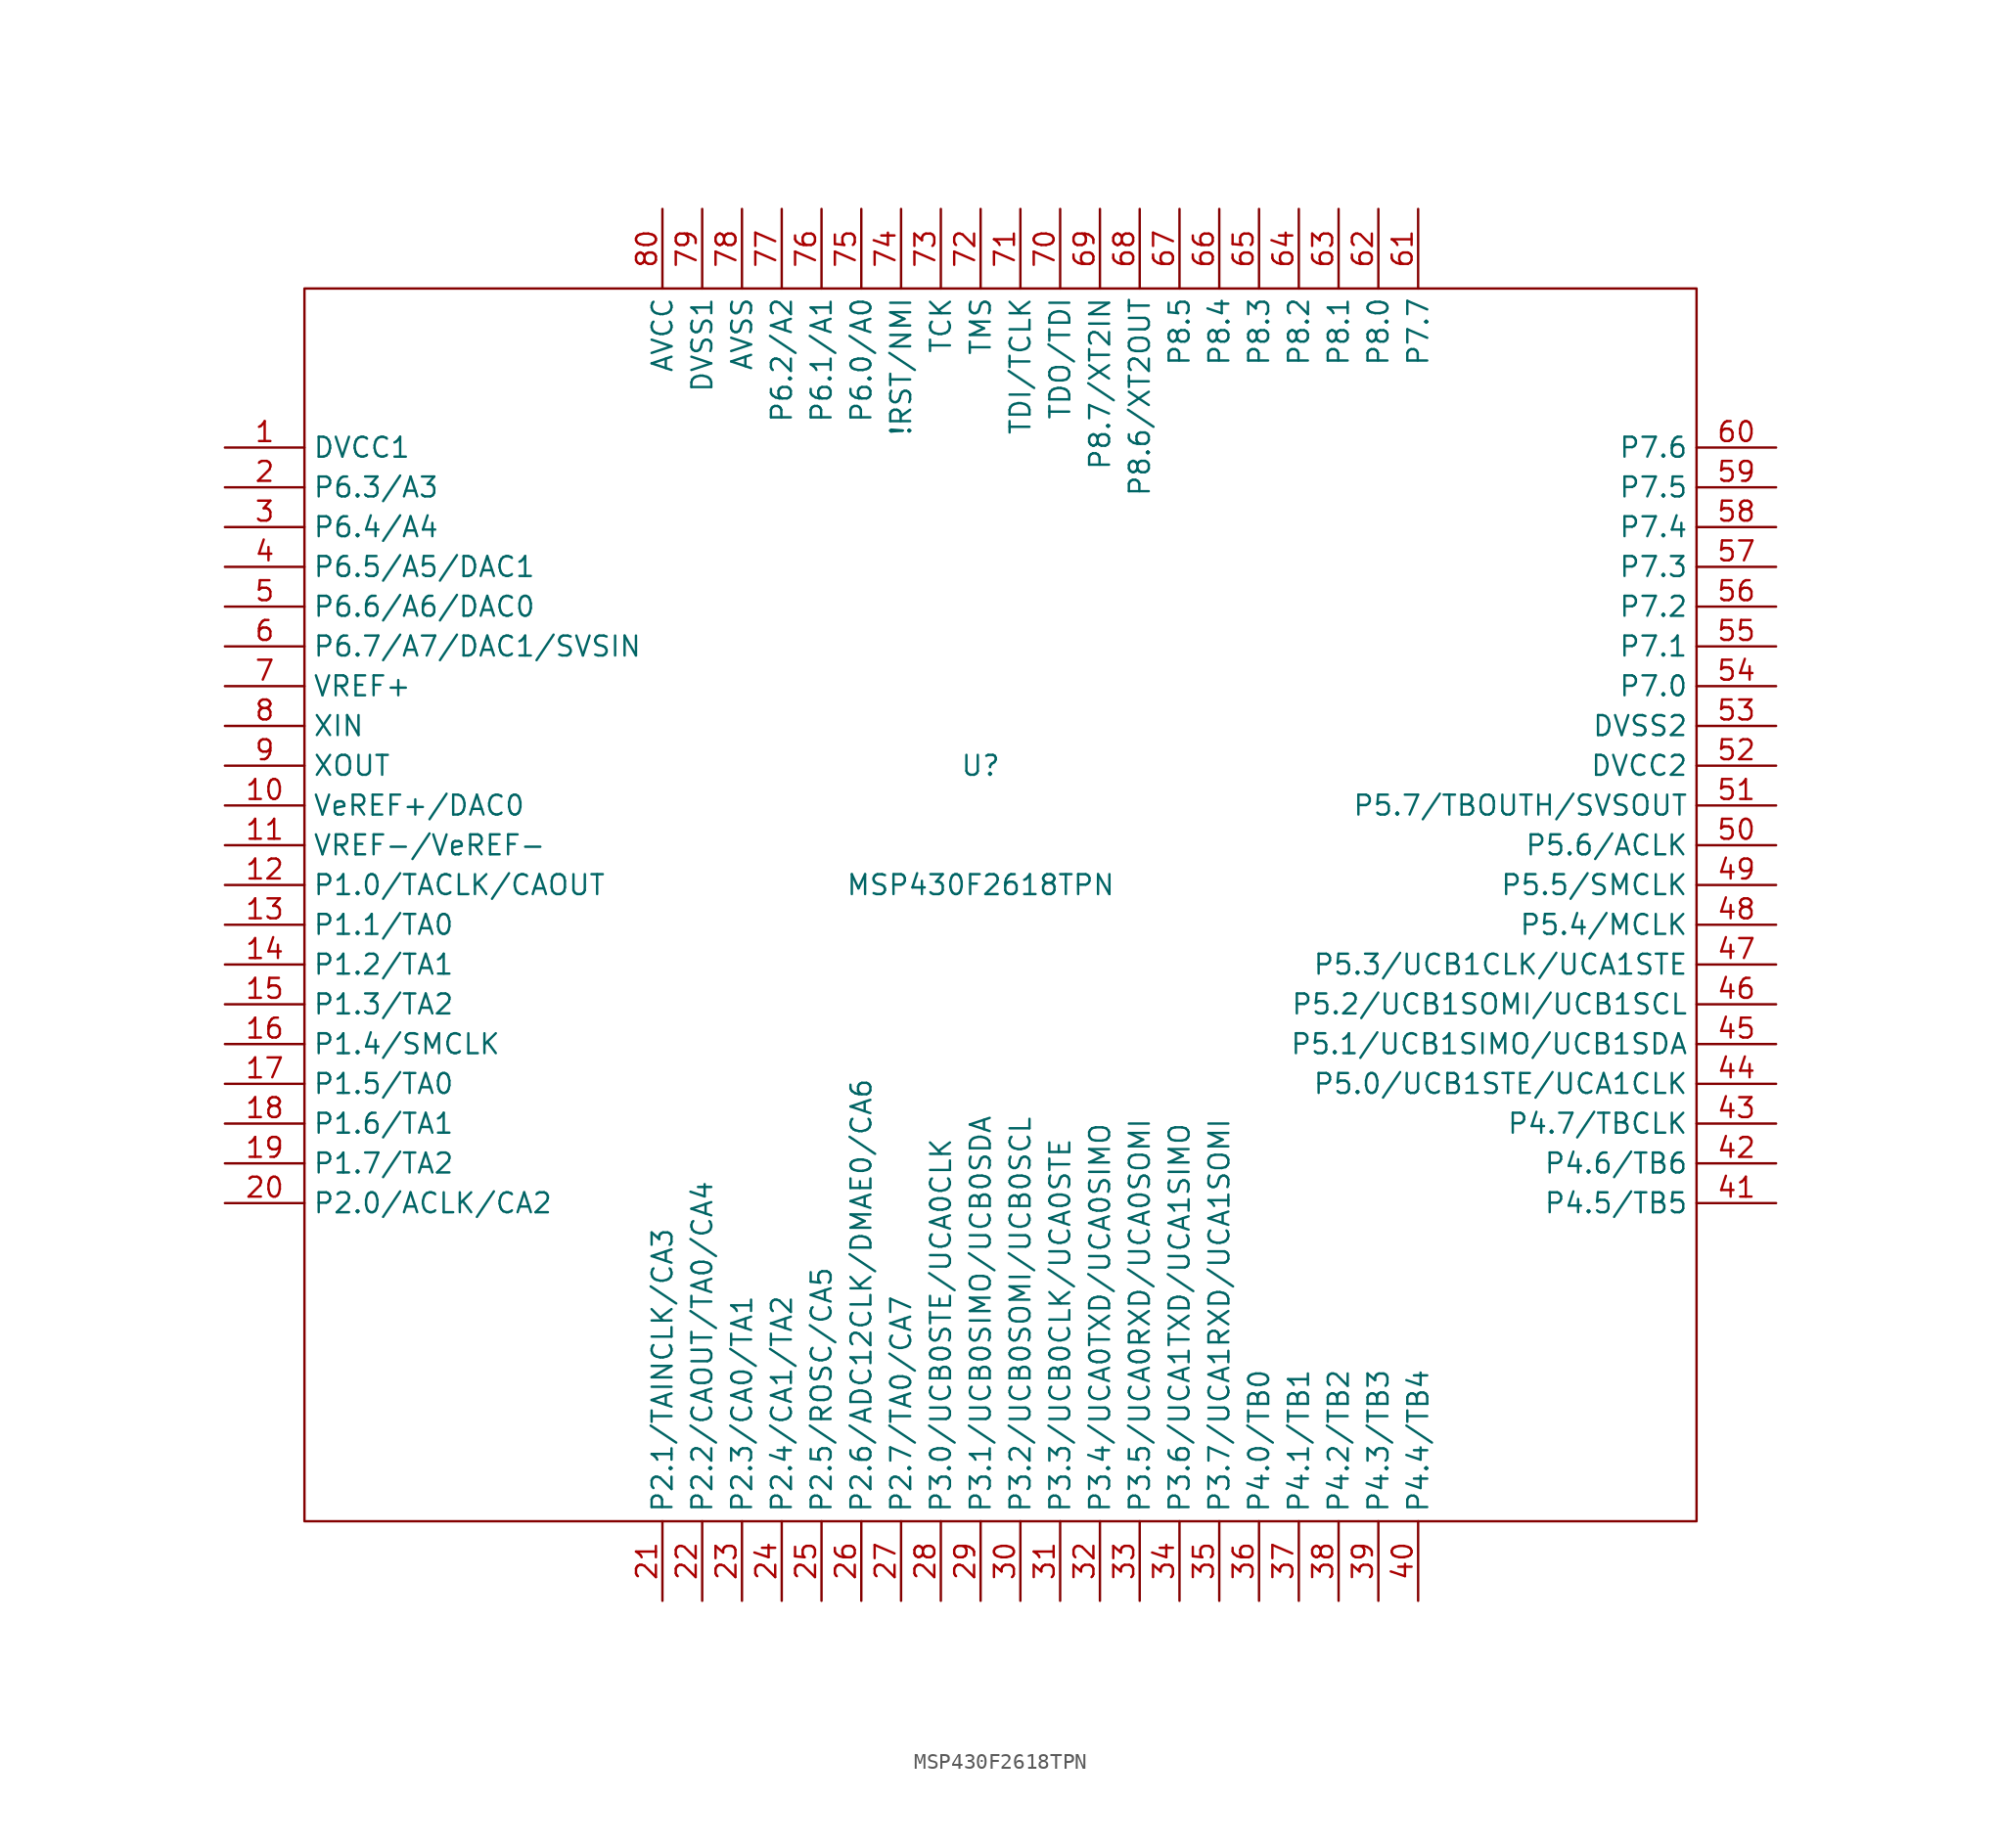
<source format=kicad_sym>
(kicad_symbol_lib
  (version 20220914)
  (generator kicad_symbol_editor)
  (symbol "MSP430F2618TPN"
    (property "Reference" "U"
      (at -2.54 7.62 0)
      (effects (font (size 1.27 1.27))))
    (property "Value" "MSP430F2618TPN"
      (at -2.54 0 0)
      (effects (font (size 1.27 1.27))))
    (symbol "MSP430F2618TPN_0_1"
      (polyline (pts (xy -45.72 38.1) (xy -45.72 -40.64) (xy 43.18 -40.64) (xy 43.18 38.1) (xy -45.72 38.1)) (stroke (width 0) (type default)) (fill (type none))))
    (symbol "MSP430F2618TPN_1_1"
      (pin power_in line (at -50.8 27.94 0) (length 5.08) (name "DVCC1" (effects (font (size 1.27 1.27)))) (number "1" (effects (font (size 1.27 1.27)))))
      (pin tri_state line (at -50.8 5.08 0) (length 5.08) (name "VeREF+/DAC0" (effects (font (size 1.27 1.27)))) (number "10" (effects (font (size 1.27 1.27)))))
      (pin power_in line (at -50.8 2.54 0) (length 5.08) (name "VREF-/VeREF-" (effects (font (size 1.27 1.27)))) (number "11" (effects (font (size 1.27 1.27)))))
      (pin tri_state line (at -50.8 0 0) (length 5.08) (name "P1.0/TACLK/CAOUT" (effects (font (size 1.27 1.27)))) (number "12" (effects (font (size 1.27 1.27)))))
      (pin tri_state line (at -50.8 -2.54 0) (length 5.08) (name "P1.1/TA0" (effects (font (size 1.27 1.27)))) (number "13" (effects (font (size 1.27 1.27)))))
      (pin tri_state line (at -50.8 -5.08 0) (length 5.08) (name "P1.2/TA1" (effects (font (size 1.27 1.27)))) (number "14" (effects (font (size 1.27 1.27)))))
      (pin tri_state line (at -50.8 -7.62 0) (length 5.08) (name "P1.3/TA2" (effects (font (size 1.27 1.27)))) (number "15" (effects (font (size 1.27 1.27)))))
      (pin tri_state line (at -50.8 -10.16 0) (length 5.08) (name "P1.4/SMCLK" (effects (font (size 1.27 1.27)))) (number "16" (effects (font (size 1.27 1.27)))))
      (pin tri_state line (at -50.8 -12.7 0) (length 5.08) (name "P1.5/TA0" (effects (font (size 1.27 1.27)))) (number "17" (effects (font (size 1.27 1.27)))))
      (pin tri_state line (at -50.8 -15.24 0) (length 5.08) (name "P1.6/TA1" (effects (font (size 1.27 1.27)))) (number "18" (effects (font (size 1.27 1.27)))))
      (pin tri_state line (at -50.8 -17.78 0) (length 5.08) (name "P1.7/TA2" (effects (font (size 1.27 1.27)))) (number "19" (effects (font (size 1.27 1.27)))))
      (pin tri_state line (at -50.8 25.4 0) (length 5.08) (name "P6.3/A3" (effects (font (size 1.27 1.27)))) (number "2" (effects (font (size 1.27 1.27)))))
      (pin tri_state line (at -50.8 -20.32 0) (length 5.08) (name "P2.0/ACLK/CA2" (effects (font (size 1.27 1.27)))) (number "20" (effects (font (size 1.27 1.27)))))
      (pin tri_state line (at -22.86 -45.72 90) (length 5.08) (name "P2.1/TAINCLK/CA3" (effects (font (size 1.27 1.27)))) (number "21" (effects (font (size 1.27 1.27)))))
      (pin tri_state line (at -20.32 -45.72 90) (length 5.08) (name "P2.2/CAOUT/TA0/CA4" (effects (font (size 1.27 1.27)))) (number "22" (effects (font (size 1.27 1.27)))))
      (pin tri_state line (at -17.78 -45.72 90) (length 5.08) (name "P2.3/CA0/TA1" (effects (font (size 1.27 1.27)))) (number "23" (effects (font (size 1.27 1.27)))))
      (pin tri_state line (at -15.24 -45.72 90) (length 5.08) (name "P2.4/CA1/TA2" (effects (font (size 1.27 1.27)))) (number "24" (effects (font (size 1.27 1.27)))))
      (pin tri_state line (at -12.7 -45.72 90) (length 5.08) (name "P2.5/ROSC/CA5" (effects (font (size 1.27 1.27)))) (number "25" (effects (font (size 1.27 1.27)))))
      (pin tri_state line (at -10.16 -45.72 90) (length 5.08) (name "P2.6/ADC12CLK/DMAE0/CA6" (effects (font (size 1.27 1.27)))) (number "26" (effects (font (size 1.27 1.27)))))
      (pin tri_state line (at -7.62 -45.72 90) (length 5.08) (name "P2.7/TA0/CA7" (effects (font (size 1.27 1.27)))) (number "27" (effects (font (size 1.27 1.27)))))
      (pin tri_state line (at -5.08 -45.72 90) (length 5.08) (name "P3.0/UCB0STE/UCA0CLK" (effects (font (size 1.27 1.27)))) (number "28" (effects (font (size 1.27 1.27)))))
      (pin tri_state line (at -2.54 -45.72 90) (length 5.08) (name "P3.1/UCB0SIMO/UCB0SDA" (effects (font (size 1.27 1.27)))) (number "29" (effects (font (size 1.27 1.27)))))
      (pin tri_state line (at -50.8 22.86 0) (length 5.08) (name "P6.4/A4" (effects (font (size 1.27 1.27)))) (number "3" (effects (font (size 1.27 1.27)))))
      (pin tri_state line (at 0 -45.72 90) (length 5.08) (name "P3.2/UCB0SOMI/UCB0SCL" (effects (font (size 1.27 1.27)))) (number "30" (effects (font (size 1.27 1.27)))))
      (pin tri_state line (at 2.54 -45.72 90) (length 5.08) (name "P3.3/UCB0CLK/UCA0STE" (effects (font (size 1.27 1.27)))) (number "31" (effects (font (size 1.27 1.27)))))
      (pin tri_state line (at 5.08 -45.72 90) (length 5.08) (name "P3.4/UCA0TXD/UCA0SIMO" (effects (font (size 1.27 1.27)))) (number "32" (effects (font (size 1.27 1.27)))))
      (pin tri_state line (at 7.62 -45.72 90) (length 5.08) (name "P3.5/UCA0RXD/UCA0SOMI" (effects (font (size 1.27 1.27)))) (number "33" (effects (font (size 1.27 1.27)))))
      (pin tri_state line (at 10.16 -45.72 90) (length 5.08) (name "P3.6/UCA1TXD/UCA1SIMO" (effects (font (size 1.27 1.27)))) (number "34" (effects (font (size 1.27 1.27)))))
      (pin tri_state line (at 12.7 -45.72 90) (length 5.08) (name "P3.7/UCA1RXD/UCA1SOMI" (effects (font (size 1.27 1.27)))) (number "35" (effects (font (size 1.27 1.27)))))
      (pin tri_state line (at 15.24 -45.72 90) (length 5.08) (name "P4.0/TB0" (effects (font (size 1.27 1.27)))) (number "36" (effects (font (size 1.27 1.27)))))
      (pin tri_state line (at 17.78 -45.72 90) (length 5.08) (name "P4.1/TB1" (effects (font (size 1.27 1.27)))) (number "37" (effects (font (size 1.27 1.27)))))
      (pin tri_state line (at 20.32 -45.72 90) (length 5.08) (name "P4.2/TB2" (effects (font (size 1.27 1.27)))) (number "38" (effects (font (size 1.27 1.27)))))
      (pin tri_state line (at 22.86 -45.72 90) (length 5.08) (name "P4.3/TB3" (effects (font (size 1.27 1.27)))) (number "39" (effects (font (size 1.27 1.27)))))
      (pin tri_state line (at -50.8 20.32 0) (length 5.08) (name "P6.5/A5/DAC1" (effects (font (size 1.27 1.27)))) (number "4" (effects (font (size 1.27 1.27)))))
      (pin tri_state line (at 25.4 -45.72 90) (length 5.08) (name "P4.4/TB4" (effects (font (size 1.27 1.27)))) (number "40" (effects (font (size 1.27 1.27)))))
      (pin tri_state line (at 48.26 -20.32 180) (length 5.08) (name "P4.5/TB5" (effects (font (size 1.27 1.27)))) (number "41" (effects (font (size 1.27 1.27)))))
      (pin tri_state line (at 48.26 -17.78 180) (length 5.08) (name "P4.6/TB6" (effects (font (size 1.27 1.27)))) (number "42" (effects (font (size 1.27 1.27)))))
      (pin tri_state line (at 48.26 -15.24 180) (length 5.08) (name "P4.7/TBCLK" (effects (font (size 1.27 1.27)))) (number "43" (effects (font (size 1.27 1.27)))))
      (pin tri_state line (at 48.26 -12.7 180) (length 5.08) (name "P5.0/UCB1STE/UCA1CLK" (effects (font (size 1.27 1.27)))) (number "44" (effects (font (size 1.27 1.27)))))
      (pin tri_state line (at 48.26 -10.16 180) (length 5.08) (name "P5.1/UCB1SIMO/UCB1SDA" (effects (font (size 1.27 1.27)))) (number "45" (effects (font (size 1.27 1.27)))))
      (pin tri_state line (at 48.26 -7.62 180) (length 5.08) (name "P5.2/UCB1SOMI/UCB1SCL" (effects (font (size 1.27 1.27)))) (number "46" (effects (font (size 1.27 1.27)))))
      (pin tri_state line (at 48.26 -5.08 180) (length 5.08) (name "P5.3/UCB1CLK/UCA1STE" (effects (font (size 1.27 1.27)))) (number "47" (effects (font (size 1.27 1.27)))))
      (pin tri_state line (at 48.26 -2.54 180) (length 5.08) (name "P5.4/MCLK" (effects (font (size 1.27 1.27)))) (number "48" (effects (font (size 1.27 1.27)))))
      (pin tri_state line (at 48.26 0 180) (length 5.08) (name "P5.5/SMCLK" (effects (font (size 1.27 1.27)))) (number "49" (effects (font (size 1.27 1.27)))))
      (pin tri_state line (at -50.8 17.78 0) (length 5.08) (name "P6.6/A6/DAC0" (effects (font (size 1.27 1.27)))) (number "5" (effects (font (size 1.27 1.27)))))
      (pin tri_state line (at 48.26 2.54 180) (length 5.08) (name "P5.6/ACLK" (effects (font (size 1.27 1.27)))) (number "50" (effects (font (size 1.27 1.27)))))
      (pin tri_state line (at 48.26 5.08 180) (length 5.08) (name "P5.7/TBOUTH/SVSOUT" (effects (font (size 1.27 1.27)))) (number "51" (effects (font (size 1.27 1.27)))))
      (pin power_in line (at 48.26 7.62 180) (length 5.08) (name "DVCC2" (effects (font (size 1.27 1.27)))) (number "52" (effects (font (size 1.27 1.27)))))
      (pin power_in line (at 48.26 10.16 180) (length 5.08) (name "DVSS2" (effects (font (size 1.27 1.27)))) (number "53" (effects (font (size 1.27 1.27)))))
      (pin tri_state line (at 48.26 12.7 180) (length 5.08) (name "P7.0" (effects (font (size 1.27 1.27)))) (number "54" (effects (font (size 1.27 1.27)))))
      (pin tri_state line (at 48.26 15.24 180) (length 5.08) (name "P7.1" (effects (font (size 1.27 1.27)))) (number "55" (effects (font (size 1.27 1.27)))))
      (pin tri_state line (at 48.26 17.78 180) (length 5.08) (name "P7.2" (effects (font (size 1.27 1.27)))) (number "56" (effects (font (size 1.27 1.27)))))
      (pin tri_state line (at 48.26 20.32 180) (length 5.08) (name "P7.3" (effects (font (size 1.27 1.27)))) (number "57" (effects (font (size 1.27 1.27)))))
      (pin tri_state line (at 48.26 22.86 180) (length 5.08) (name "P7.4" (effects (font (size 1.27 1.27)))) (number "58" (effects (font (size 1.27 1.27)))))
      (pin tri_state line (at 48.26 25.4 180) (length 5.08) (name "P7.5" (effects (font (size 1.27 1.27)))) (number "59" (effects (font (size 1.27 1.27)))))
      (pin tri_state line (at -50.8 15.24 0) (length 5.08) (name "P6.7/A7/DAC1/SVSIN" (effects (font (size 1.27 1.27)))) (number "6" (effects (font (size 1.27 1.27)))))
      (pin tri_state line (at 48.26 27.94 180) (length 5.08) (name "P7.6" (effects (font (size 1.27 1.27)))) (number "60" (effects (font (size 1.27 1.27)))))
      (pin tri_state line (at 25.4 43.18 270) (length 5.08) (name "P7.7" (effects (font (size 1.27 1.27)))) (number "61" (effects (font (size 1.27 1.27)))))
      (pin tri_state line (at 22.86 43.18 270) (length 5.08) (name "P8.0" (effects (font (size 1.27 1.27)))) (number "62" (effects (font (size 1.27 1.27)))))
      (pin tri_state line (at 20.32 43.18 270) (length 5.08) (name "P8.1" (effects (font (size 1.27 1.27)))) (number "63" (effects (font (size 1.27 1.27)))))
      (pin tri_state line (at 17.78 43.18 270) (length 5.08) (name "P8.2" (effects (font (size 1.27 1.27)))) (number "64" (effects (font (size 1.27 1.27)))))
      (pin tri_state line (at 15.24 43.18 270) (length 5.08) (name "P8.3" (effects (font (size 1.27 1.27)))) (number "65" (effects (font (size 1.27 1.27)))))
      (pin tri_state line (at 12.7 43.18 270) (length 5.08) (name "P8.4" (effects (font (size 1.27 1.27)))) (number "66" (effects (font (size 1.27 1.27)))))
      (pin tri_state line (at 10.16 43.18 270) (length 5.08) (name "P8.5" (effects (font (size 1.27 1.27)))) (number "67" (effects (font (size 1.27 1.27)))))
      (pin tri_state line (at 7.62 43.18 270) (length 5.08) (name "P8.6/XT2OUT" (effects (font (size 1.27 1.27)))) (number "68" (effects (font (size 1.27 1.27)))))
      (pin tri_state line (at 5.08 43.18 270) (length 5.08) (name "P8.7/XT2IN" (effects (font (size 1.27 1.27)))) (number "69" (effects (font (size 1.27 1.27)))))
      (pin power_in line (at -50.8 12.7 0) (length 5.08) (name "VREF+" (effects (font (size 1.27 1.27)))) (number "7" (effects (font (size 1.27 1.27)))))
      (pin tri_state line (at 2.54 43.18 270) (length 5.08) (name "TDO/TDI" (effects (font (size 1.27 1.27)))) (number "70" (effects (font (size 1.27 1.27)))))
      (pin tri_state line (at 0 43.18 270) (length 5.08) (name "TDI/TCLK" (effects (font (size 1.27 1.27)))) (number "71" (effects (font (size 1.27 1.27)))))
      (pin tri_state line (at -2.54 43.18 270) (length 5.08) (name "TMS" (effects (font (size 1.27 1.27)))) (number "72" (effects (font (size 1.27 1.27)))))
      (pin tri_state line (at -5.08 43.18 270) (length 5.08) (name "TCK" (effects (font (size 1.27 1.27)))) (number "73" (effects (font (size 1.27 1.27)))))
      (pin tri_state line (at -7.62 43.18 270) (length 5.08) (name "!RST/NMI" (effects (font (size 1.27 1.27)))) (number "74" (effects (font (size 1.27 1.27)))))
      (pin tri_state line (at -10.16 43.18 270) (length 5.08) (name "P6.0/A0" (effects (font (size 1.27 1.27)))) (number "75" (effects (font (size 1.27 1.27)))))
      (pin tri_state line (at -12.7 43.18 270) (length 5.08) (name "P6.1/A1" (effects (font (size 1.27 1.27)))) (number "76" (effects (font (size 1.27 1.27)))))
      (pin tri_state line (at -15.24 43.18 270) (length 5.08) (name "P6.2/A2" (effects (font (size 1.27 1.27)))) (number "77" (effects (font (size 1.27 1.27)))))
      (pin power_in line (at -17.78 43.18 270) (length 5.08) (name "AVSS" (effects (font (size 1.27 1.27)))) (number "78" (effects (font (size 1.27 1.27)))))
      (pin power_in line (at -20.32 43.18 270) (length 5.08) (name "DVSS1" (effects (font (size 1.27 1.27)))) (number "79" (effects (font (size 1.27 1.27)))))
      (pin passive line (at -50.8 10.16 0) (length 5.08) (name "XIN" (effects (font (size 1.27 1.27)))) (number "8" (effects (font (size 1.27 1.27)))))
      (pin power_in line (at -22.86 43.18 270) (length 5.08) (name "AVCC" (effects (font (size 1.27 1.27)))) (number "80" (effects (font (size 1.27 1.27)))))
      (pin passive line (at -50.8 7.62 0) (length 5.08) (name "XOUT" (effects (font (size 1.27 1.27)))) (number "9" (effects (font (size 1.27 1.27))))))))
</source>
